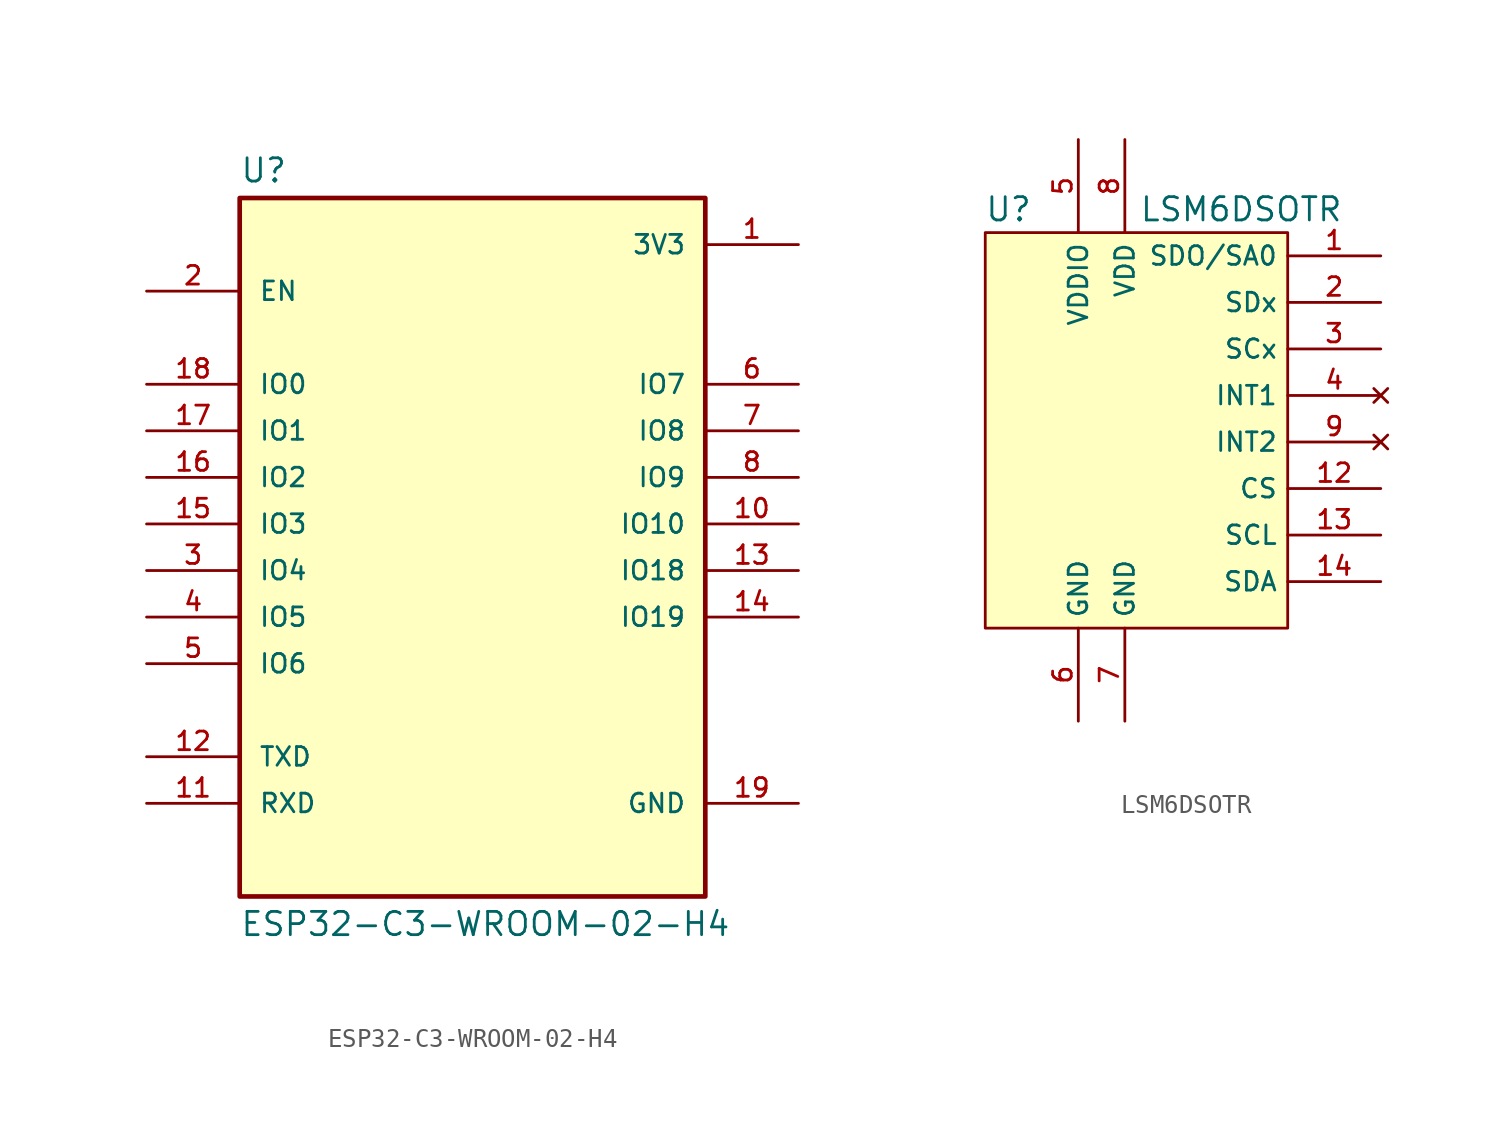
<source format=kicad_sym>
(kicad_symbol_lib
  (version 20220914)
  (generator kicad_symbol_editor)
  (symbol "ESP32-C3-WROOM-02-H4"
    (pin_names
      (offset 1.016))
    (property "Reference" "U"
      (at -12.7 21.082 0)
      (effects (font (size 1.27 1.27)) (justify left bottom)))
    (property "Value" "ESP32-C3-WROOM-02-H4"
      (at -12.7 -18.542 0)
      (effects (font (size 1.27 1.27)) (justify left top)))
    (symbol "ESP32-C3-WROOM-02-H4_0_0"
      (rectangle (start -12.7 -17.78) (end 12.7 20.32) (stroke (width 0.254) (type default)) (fill (type background)))
      (pin power_in line (at 17.78 17.78 180) (length 5.08) (name "3V3" (effects (font (size 1.016 1.016)))) (number "1" (effects (font (size 1.016 1.016)))))
      (pin bidirectional line (at 17.78 2.54 180) (length 5.08) (name "IO10" (effects (font (size 1.016 1.016)))) (number "10" (effects (font (size 1.016 1.016)))))
      (pin bidirectional line (at -17.78 -12.7 0) (length 5.08) (name "RXD" (effects (font (size 1.016 1.016)))) (number "11" (effects (font (size 1.016 1.016)))))
      (pin bidirectional line (at -17.78 -10.16 0) (length 5.08) (name "TXD" (effects (font (size 1.016 1.016)))) (number "12" (effects (font (size 1.016 1.016)))))
      (pin bidirectional line (at 17.78 0 180) (length 5.08) (name "IO18" (effects (font (size 1.016 1.016)))) (number "13" (effects (font (size 1.016 1.016)))))
      (pin bidirectional line (at 17.78 -2.54 180) (length 5.08) (name "IO19" (effects (font (size 1.016 1.016)))) (number "14" (effects (font (size 1.016 1.016)))))
      (pin bidirectional line (at -17.78 2.54 0) (length 5.08) (name "IO3" (effects (font (size 1.016 1.016)))) (number "15" (effects (font (size 1.016 1.016)))))
      (pin bidirectional line (at -17.78 5.08 0) (length 5.08) (name "IO2" (effects (font (size 1.016 1.016)))) (number "16" (effects (font (size 1.016 1.016)))))
      (pin bidirectional line (at -17.78 7.62 0) (length 5.08) (name "IO1" (effects (font (size 1.016 1.016)))) (number "17" (effects (font (size 1.016 1.016)))))
      (pin bidirectional line (at -17.78 10.16 0) (length 5.08) (name "IO0" (effects (font (size 1.016 1.016)))) (number "18" (effects (font (size 1.016 1.016)))))
      (pin power_in line (at 17.78 -12.7 180) (length 5.08) (name "GND" (effects (font (size 1.016 1.016)))) (number "19" (effects (font (size 1.016 1.016)))))
      (pin input line (at -17.78 15.24 0) (length 5.08) (name "EN" (effects (font (size 1.016 1.016)))) (number "2" (effects (font (size 1.016 1.016)))))
      (pin bidirectional line (at -17.78 0 0) (length 5.08) (name "IO4" (effects (font (size 1.016 1.016)))) (number "3" (effects (font (size 1.016 1.016)))))
      (pin bidirectional line (at -17.78 -2.54 0) (length 5.08) (name "IO5" (effects (font (size 1.016 1.016)))) (number "4" (effects (font (size 1.016 1.016)))))
      (pin bidirectional line (at -17.78 -5.08 0) (length 5.08) (name "IO6" (effects (font (size 1.016 1.016)))) (number "5" (effects (font (size 1.016 1.016)))))
      (pin bidirectional line (at 17.78 10.16 180) (length 5.08) (name "IO7" (effects (font (size 1.016 1.016)))) (number "6" (effects (font (size 1.016 1.016)))))
      (pin bidirectional line (at 17.78 7.62 180) (length 5.08) (name "IO8" (effects (font (size 1.016 1.016)))) (number "7" (effects (font (size 1.016 1.016)))))
      (pin bidirectional line (at 17.78 5.08 180) (length 5.08) (name "IO9" (effects (font (size 1.016 1.016)))) (number "8" (effects (font (size 1.016 1.016)))))))
  (symbol "LSM6DSOTR"
    (property "Reference" "U"
      (at -11.43 -1.27 0)
      (effects (font (size 1.27 1.27))))
    (property "Value" "LSM6DSOTR"
      (at 1.27 -1.27 0)
      (effects (font (size 1.27 1.27))))
    (symbol "LSM6DSOTR_0_0"
      (pin input line (at 8.89 -3.81 180) (length 5.08) (name "SDO/SA0" (effects (font (size 1.016 1.016)))) (number "1" (effects (font (size 1.016 1.016)))))
      (pin input line (at 8.89 -16.51 180) (length 5.08) (name "CS" (effects (font (size 1.016 1.016)))) (number "12" (effects (font (size 1.016 1.016)))))
      (pin input line (at 8.89 -19.05 180) (length 5.08) (name "SCL" (effects (font (size 1.016 1.016)))) (number "13" (effects (font (size 1.016 1.016)))))
      (pin bidirectional line (at 8.89 -21.59 180) (length 5.08) (name "SDA" (effects (font (size 1.016 1.016)))) (number "14" (effects (font (size 1.016 1.016)))))
      (pin input line (at 8.89 -6.35 180) (length 5.08) (name "SDx" (effects (font (size 1.016 1.016)))) (number "2" (effects (font (size 1.016 1.016)))))
      (pin input line (at 8.89 -8.89 180) (length 5.08) (name "SCx" (effects (font (size 1.016 1.016)))) (number "3" (effects (font (size 1.016 1.016)))))
      (pin no_connect line (at 8.89 -11.43 180) (length 5.08) (name "INT1" (effects (font (size 1.016 1.016)))) (number "4" (effects (font (size 1.016 1.016)))))
      (pin power_in line (at -7.62 2.54 270) (length 5.08) (name "VDDIO" (effects (font (size 1.016 1.016)))) (number "5" (effects (font (size 1.016 1.016)))))
      (pin power_in line (at -7.62 -29.21 90) (length 5.08) (name "GND" (effects (font (size 1.016 1.016)))) (number "6" (effects (font (size 1.016 1.016)))))
      (pin power_in line (at -5.08 -29.21 90) (length 5.08) (name "GND" (effects (font (size 1.016 1.016)))) (number "7" (effects (font (size 1.016 1.016)))))
      (pin power_in line (at -5.08 2.54 270) (length 5.08) (name "VDD" (effects (font (size 1.016 1.016)))) (number "8" (effects (font (size 1.016 1.016)))))
      (pin no_connect line (at 8.89 -13.97 180) (length 5.08) (name "INT2" (effects (font (size 1.016 1.016)))) (number "9" (effects (font (size 1.016 1.016))))))
    (symbol "LSM6DSOTR_0_1"
      (rectangle (start -12.7 -2.54) (end 3.81 -24.13) (stroke (width 0) (type default)) (fill (type background))))))
</source>
